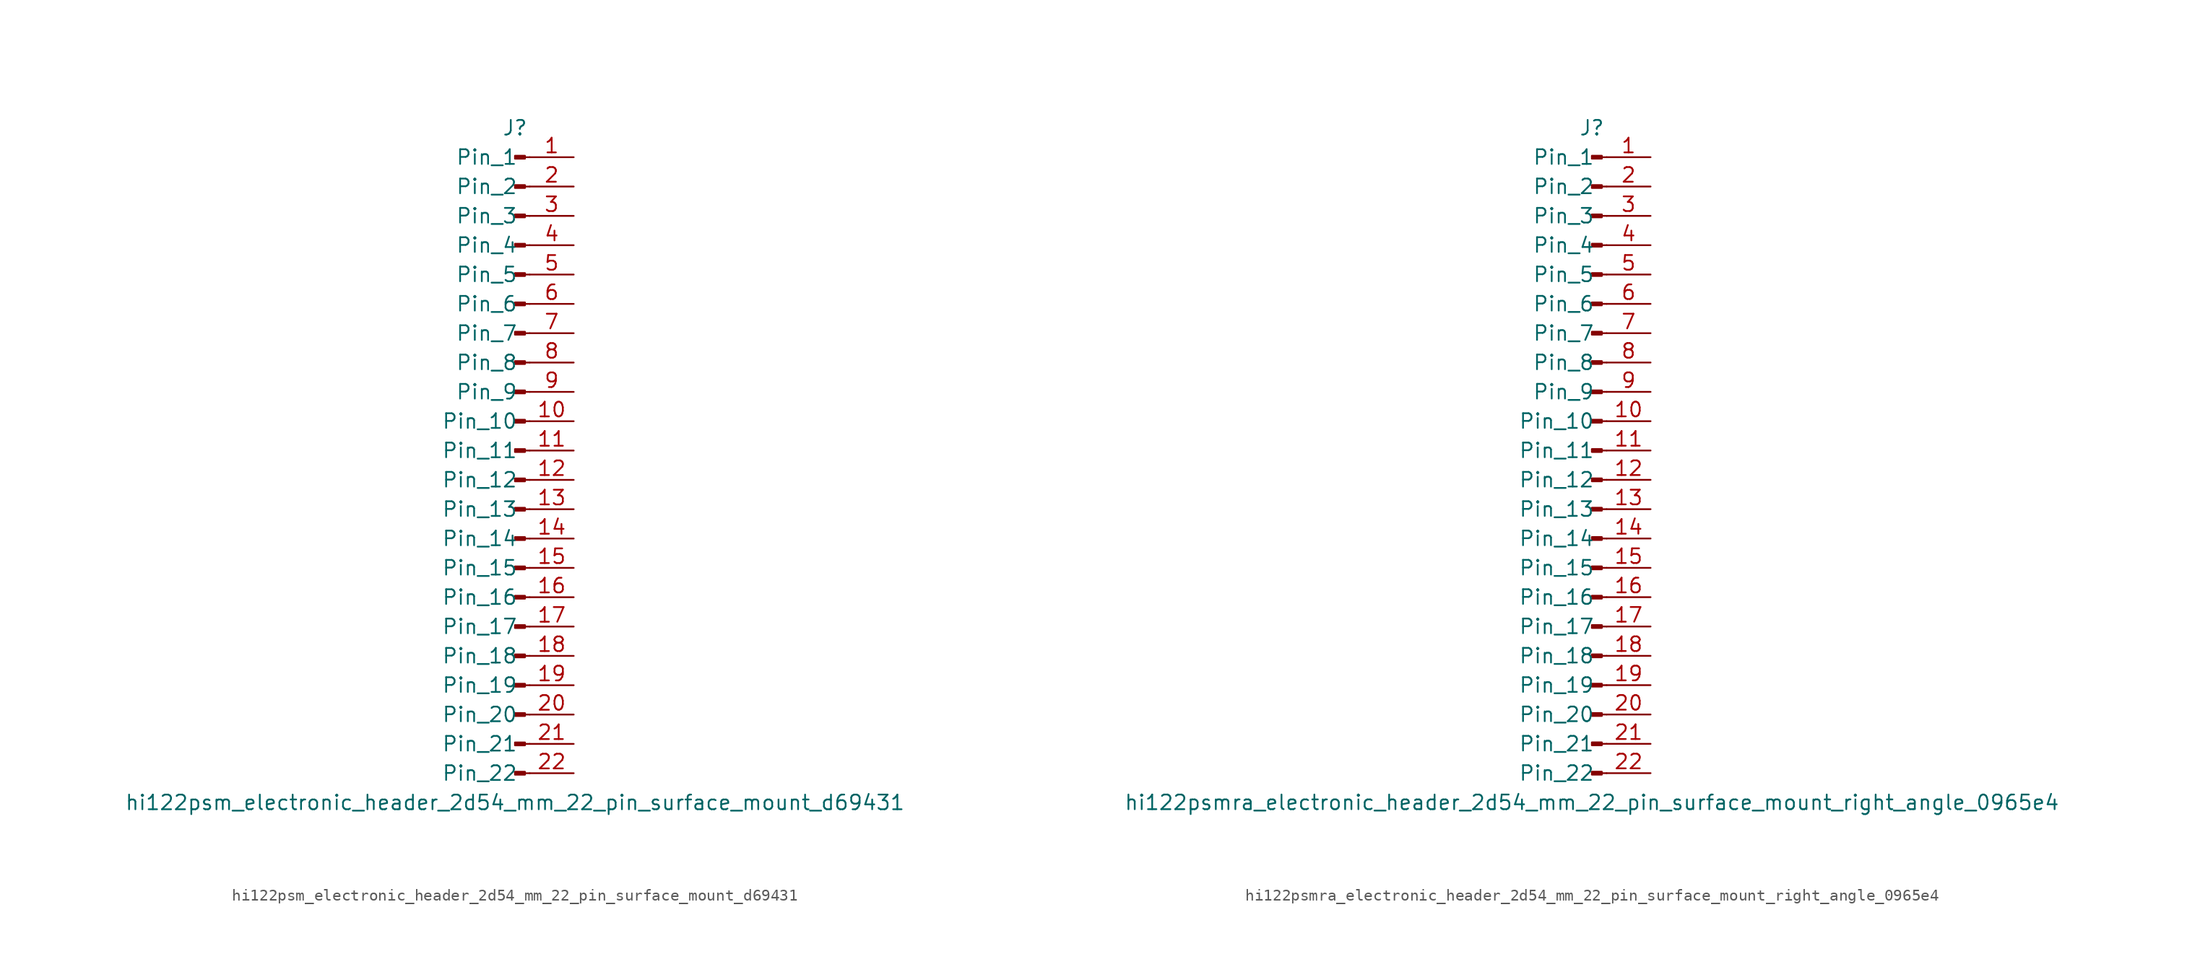
<source format=kicad_sym>
(kicad_symbol_lib
  (version 20220914)
  (generator kicad_symbol_editor)
  (symbol "hi122psm_electronic_header_2d54_mm_22_pin_surface_mount_d69431"
    (pin_names
      (offset 1.016))
    (property "Reference" "J"
      (at 0 27.94 0)
      (effects (font (size 1.27 1.27))))
    (property "Value" "hi122psm_electronic_header_2d54_mm_22_pin_surface_mount_d69431"
      (at 0 -30.48 0)
      (effects (font (size 1.27 1.27))))
    (property "ki_locked" ""
      (at 0 0 0)
      (effects (font (size 1.27 1.27))))
    (symbol "hi122psm_electronic_header_2d54_mm_22_pin_surface_mount_d69431_1_1"
      (polyline (pts (xy 1.27 -27.94) (xy 0.864 -27.94)) (stroke (width 0.152) (type default)) (fill (type none)))
      (polyline (pts (xy 1.27 -25.4) (xy 0.864 -25.4)) (stroke (width 0.152) (type default)) (fill (type none)))
      (polyline (pts (xy 1.27 -22.86) (xy 0.864 -22.86)) (stroke (width 0.152) (type default)) (fill (type none)))
      (polyline (pts (xy 1.27 -20.32) (xy 0.864 -20.32)) (stroke (width 0.152) (type default)) (fill (type none)))
      (polyline (pts (xy 1.27 -17.78) (xy 0.864 -17.78)) (stroke (width 0.152) (type default)) (fill (type none)))
      (polyline (pts (xy 1.27 -15.24) (xy 0.864 -15.24)) (stroke (width 0.152) (type default)) (fill (type none)))
      (polyline (pts (xy 1.27 -12.7) (xy 0.864 -12.7)) (stroke (width 0.152) (type default)) (fill (type none)))
      (polyline (pts (xy 1.27 -10.16) (xy 0.864 -10.16)) (stroke (width 0.152) (type default)) (fill (type none)))
      (polyline (pts (xy 1.27 -7.62) (xy 0.864 -7.62)) (stroke (width 0.152) (type default)) (fill (type none)))
      (polyline (pts (xy 1.27 -5.08) (xy 0.864 -5.08)) (stroke (width 0.152) (type default)) (fill (type none)))
      (polyline (pts (xy 1.27 -2.54) (xy 0.864 -2.54)) (stroke (width 0.152) (type default)) (fill (type none)))
      (polyline (pts (xy 1.27 0) (xy 0.864 0)) (stroke (width 0.152) (type default)) (fill (type none)))
      (polyline (pts (xy 1.27 2.54) (xy 0.864 2.54)) (stroke (width 0.152) (type default)) (fill (type none)))
      (polyline (pts (xy 1.27 5.08) (xy 0.864 5.08)) (stroke (width 0.152) (type default)) (fill (type none)))
      (polyline (pts (xy 1.27 7.62) (xy 0.864 7.62)) (stroke (width 0.152) (type default)) (fill (type none)))
      (polyline (pts (xy 1.27 10.16) (xy 0.864 10.16)) (stroke (width 0.152) (type default)) (fill (type none)))
      (polyline (pts (xy 1.27 12.7) (xy 0.864 12.7)) (stroke (width 0.152) (type default)) (fill (type none)))
      (polyline (pts (xy 1.27 15.24) (xy 0.864 15.24)) (stroke (width 0.152) (type default)) (fill (type none)))
      (polyline (pts (xy 1.27 17.78) (xy 0.864 17.78)) (stroke (width 0.152) (type default)) (fill (type none)))
      (polyline (pts (xy 1.27 20.32) (xy 0.864 20.32)) (stroke (width 0.152) (type default)) (fill (type none)))
      (polyline (pts (xy 1.27 22.86) (xy 0.864 22.86)) (stroke (width 0.152) (type default)) (fill (type none)))
      (polyline (pts (xy 1.27 25.4) (xy 0.864 25.4)) (stroke (width 0.152) (type default)) (fill (type none)))
      (rectangle (start 0.864 -27.813) (end 0 -28.067) (stroke (width 0.152) (type default)) (fill (type outline)))
      (rectangle (start 0.864 -25.273) (end 0 -25.527) (stroke (width 0.152) (type default)) (fill (type outline)))
      (rectangle (start 0.864 -22.733) (end 0 -22.987) (stroke (width 0.152) (type default)) (fill (type outline)))
      (rectangle (start 0.864 -20.193) (end 0 -20.447) (stroke (width 0.152) (type default)) (fill (type outline)))
      (rectangle (start 0.864 -17.653) (end 0 -17.907) (stroke (width 0.152) (type default)) (fill (type outline)))
      (rectangle (start 0.864 -15.113) (end 0 -15.367) (stroke (width 0.152) (type default)) (fill (type outline)))
      (rectangle (start 0.864 -12.573) (end 0 -12.827) (stroke (width 0.152) (type default)) (fill (type outline)))
      (rectangle (start 0.864 -10.033) (end 0 -10.287) (stroke (width 0.152) (type default)) (fill (type outline)))
      (rectangle (start 0.864 -7.493) (end 0 -7.747) (stroke (width 0.152) (type default)) (fill (type outline)))
      (rectangle (start 0.864 -4.953) (end 0 -5.207) (stroke (width 0.152) (type default)) (fill (type outline)))
      (rectangle (start 0.864 -2.413) (end 0 -2.667) (stroke (width 0.152) (type default)) (fill (type outline)))
      (rectangle (start 0.864 0.127) (end 0 -0.127) (stroke (width 0.152) (type default)) (fill (type outline)))
      (rectangle (start 0.864 2.667) (end 0 2.413) (stroke (width 0.152) (type default)) (fill (type outline)))
      (rectangle (start 0.864 5.207) (end 0 4.953) (stroke (width 0.152) (type default)) (fill (type outline)))
      (rectangle (start 0.864 7.747) (end 0 7.493) (stroke (width 0.152) (type default)) (fill (type outline)))
      (rectangle (start 0.864 10.287) (end 0 10.033) (stroke (width 0.152) (type default)) (fill (type outline)))
      (rectangle (start 0.864 12.827) (end 0 12.573) (stroke (width 0.152) (type default)) (fill (type outline)))
      (rectangle (start 0.864 15.367) (end 0 15.113) (stroke (width 0.152) (type default)) (fill (type outline)))
      (rectangle (start 0.864 17.907) (end 0 17.653) (stroke (width 0.152) (type default)) (fill (type outline)))
      (rectangle (start 0.864 20.447) (end 0 20.193) (stroke (width 0.152) (type default)) (fill (type outline)))
      (rectangle (start 0.864 22.987) (end 0 22.733) (stroke (width 0.152) (type default)) (fill (type outline)))
      (rectangle (start 0.864 25.527) (end 0 25.273) (stroke (width 0.152) (type default)) (fill (type outline)))
      (pin passive line (at 5.08 25.4 180) (length 3.81) (name "Pin_1" (effects (font (size 1.27 1.27)))) (number "1" (effects (font (size 1.27 1.27)))))
      (pin passive line (at 5.08 2.54 180) (length 3.81) (name "Pin_10" (effects (font (size 1.27 1.27)))) (number "10" (effects (font (size 1.27 1.27)))))
      (pin passive line (at 5.08 0 180) (length 3.81) (name "Pin_11" (effects (font (size 1.27 1.27)))) (number "11" (effects (font (size 1.27 1.27)))))
      (pin passive line (at 5.08 -2.54 180) (length 3.81) (name "Pin_12" (effects (font (size 1.27 1.27)))) (number "12" (effects (font (size 1.27 1.27)))))
      (pin passive line (at 5.08 -5.08 180) (length 3.81) (name "Pin_13" (effects (font (size 1.27 1.27)))) (number "13" (effects (font (size 1.27 1.27)))))
      (pin passive line (at 5.08 -7.62 180) (length 3.81) (name "Pin_14" (effects (font (size 1.27 1.27)))) (number "14" (effects (font (size 1.27 1.27)))))
      (pin passive line (at 5.08 -10.16 180) (length 3.81) (name "Pin_15" (effects (font (size 1.27 1.27)))) (number "15" (effects (font (size 1.27 1.27)))))
      (pin passive line (at 5.08 -12.7 180) (length 3.81) (name "Pin_16" (effects (font (size 1.27 1.27)))) (number "16" (effects (font (size 1.27 1.27)))))
      (pin passive line (at 5.08 -15.24 180) (length 3.81) (name "Pin_17" (effects (font (size 1.27 1.27)))) (number "17" (effects (font (size 1.27 1.27)))))
      (pin passive line (at 5.08 -17.78 180) (length 3.81) (name "Pin_18" (effects (font (size 1.27 1.27)))) (number "18" (effects (font (size 1.27 1.27)))))
      (pin passive line (at 5.08 -20.32 180) (length 3.81) (name "Pin_19" (effects (font (size 1.27 1.27)))) (number "19" (effects (font (size 1.27 1.27)))))
      (pin passive line (at 5.08 22.86 180) (length 3.81) (name "Pin_2" (effects (font (size 1.27 1.27)))) (number "2" (effects (font (size 1.27 1.27)))))
      (pin passive line (at 5.08 -22.86 180) (length 3.81) (name "Pin_20" (effects (font (size 1.27 1.27)))) (number "20" (effects (font (size 1.27 1.27)))))
      (pin passive line (at 5.08 -25.4 180) (length 3.81) (name "Pin_21" (effects (font (size 1.27 1.27)))) (number "21" (effects (font (size 1.27 1.27)))))
      (pin passive line (at 5.08 -27.94 180) (length 3.81) (name "Pin_22" (effects (font (size 1.27 1.27)))) (number "22" (effects (font (size 1.27 1.27)))))
      (pin passive line (at 5.08 20.32 180) (length 3.81) (name "Pin_3" (effects (font (size 1.27 1.27)))) (number "3" (effects (font (size 1.27 1.27)))))
      (pin passive line (at 5.08 17.78 180) (length 3.81) (name "Pin_4" (effects (font (size 1.27 1.27)))) (number "4" (effects (font (size 1.27 1.27)))))
      (pin passive line (at 5.08 15.24 180) (length 3.81) (name "Pin_5" (effects (font (size 1.27 1.27)))) (number "5" (effects (font (size 1.27 1.27)))))
      (pin passive line (at 5.08 12.7 180) (length 3.81) (name "Pin_6" (effects (font (size 1.27 1.27)))) (number "6" (effects (font (size 1.27 1.27)))))
      (pin passive line (at 5.08 10.16 180) (length 3.81) (name "Pin_7" (effects (font (size 1.27 1.27)))) (number "7" (effects (font (size 1.27 1.27)))))
      (pin passive line (at 5.08 7.62 180) (length 3.81) (name "Pin_8" (effects (font (size 1.27 1.27)))) (number "8" (effects (font (size 1.27 1.27)))))
      (pin passive line (at 5.08 5.08 180) (length 3.81) (name "Pin_9" (effects (font (size 1.27 1.27)))) (number "9" (effects (font (size 1.27 1.27)))))))
  (symbol "hi122psmra_electronic_header_2d54_mm_22_pin_surface_mount_right_angle_0965e4"
    (pin_names
      (offset 1.016))
    (property "Reference" "J"
      (at 0 27.94 0)
      (effects (font (size 1.27 1.27))))
    (property "Value" "hi122psmra_electronic_header_2d54_mm_22_pin_surface_mount_right_angle_0965e4"
      (at 0 -30.48 0)
      (effects (font (size 1.27 1.27))))
    (property "ki_locked" ""
      (at 0 0 0)
      (effects (font (size 1.27 1.27))))
    (symbol "hi122psmra_electronic_header_2d54_mm_22_pin_surface_mount_right_angle_0965e4_1_1"
      (polyline (pts (xy 1.27 -27.94) (xy 0.864 -27.94)) (stroke (width 0.152) (type default)) (fill (type none)))
      (polyline (pts (xy 1.27 -25.4) (xy 0.864 -25.4)) (stroke (width 0.152) (type default)) (fill (type none)))
      (polyline (pts (xy 1.27 -22.86) (xy 0.864 -22.86)) (stroke (width 0.152) (type default)) (fill (type none)))
      (polyline (pts (xy 1.27 -20.32) (xy 0.864 -20.32)) (stroke (width 0.152) (type default)) (fill (type none)))
      (polyline (pts (xy 1.27 -17.78) (xy 0.864 -17.78)) (stroke (width 0.152) (type default)) (fill (type none)))
      (polyline (pts (xy 1.27 -15.24) (xy 0.864 -15.24)) (stroke (width 0.152) (type default)) (fill (type none)))
      (polyline (pts (xy 1.27 -12.7) (xy 0.864 -12.7)) (stroke (width 0.152) (type default)) (fill (type none)))
      (polyline (pts (xy 1.27 -10.16) (xy 0.864 -10.16)) (stroke (width 0.152) (type default)) (fill (type none)))
      (polyline (pts (xy 1.27 -7.62) (xy 0.864 -7.62)) (stroke (width 0.152) (type default)) (fill (type none)))
      (polyline (pts (xy 1.27 -5.08) (xy 0.864 -5.08)) (stroke (width 0.152) (type default)) (fill (type none)))
      (polyline (pts (xy 1.27 -2.54) (xy 0.864 -2.54)) (stroke (width 0.152) (type default)) (fill (type none)))
      (polyline (pts (xy 1.27 0) (xy 0.864 0)) (stroke (width 0.152) (type default)) (fill (type none)))
      (polyline (pts (xy 1.27 2.54) (xy 0.864 2.54)) (stroke (width 0.152) (type default)) (fill (type none)))
      (polyline (pts (xy 1.27 5.08) (xy 0.864 5.08)) (stroke (width 0.152) (type default)) (fill (type none)))
      (polyline (pts (xy 1.27 7.62) (xy 0.864 7.62)) (stroke (width 0.152) (type default)) (fill (type none)))
      (polyline (pts (xy 1.27 10.16) (xy 0.864 10.16)) (stroke (width 0.152) (type default)) (fill (type none)))
      (polyline (pts (xy 1.27 12.7) (xy 0.864 12.7)) (stroke (width 0.152) (type default)) (fill (type none)))
      (polyline (pts (xy 1.27 15.24) (xy 0.864 15.24)) (stroke (width 0.152) (type default)) (fill (type none)))
      (polyline (pts (xy 1.27 17.78) (xy 0.864 17.78)) (stroke (width 0.152) (type default)) (fill (type none)))
      (polyline (pts (xy 1.27 20.32) (xy 0.864 20.32)) (stroke (width 0.152) (type default)) (fill (type none)))
      (polyline (pts (xy 1.27 22.86) (xy 0.864 22.86)) (stroke (width 0.152) (type default)) (fill (type none)))
      (polyline (pts (xy 1.27 25.4) (xy 0.864 25.4)) (stroke (width 0.152) (type default)) (fill (type none)))
      (rectangle (start 0.864 -27.813) (end 0 -28.067) (stroke (width 0.152) (type default)) (fill (type outline)))
      (rectangle (start 0.864 -25.273) (end 0 -25.527) (stroke (width 0.152) (type default)) (fill (type outline)))
      (rectangle (start 0.864 -22.733) (end 0 -22.987) (stroke (width 0.152) (type default)) (fill (type outline)))
      (rectangle (start 0.864 -20.193) (end 0 -20.447) (stroke (width 0.152) (type default)) (fill (type outline)))
      (rectangle (start 0.864 -17.653) (end 0 -17.907) (stroke (width 0.152) (type default)) (fill (type outline)))
      (rectangle (start 0.864 -15.113) (end 0 -15.367) (stroke (width 0.152) (type default)) (fill (type outline)))
      (rectangle (start 0.864 -12.573) (end 0 -12.827) (stroke (width 0.152) (type default)) (fill (type outline)))
      (rectangle (start 0.864 -10.033) (end 0 -10.287) (stroke (width 0.152) (type default)) (fill (type outline)))
      (rectangle (start 0.864 -7.493) (end 0 -7.747) (stroke (width 0.152) (type default)) (fill (type outline)))
      (rectangle (start 0.864 -4.953) (end 0 -5.207) (stroke (width 0.152) (type default)) (fill (type outline)))
      (rectangle (start 0.864 -2.413) (end 0 -2.667) (stroke (width 0.152) (type default)) (fill (type outline)))
      (rectangle (start 0.864 0.127) (end 0 -0.127) (stroke (width 0.152) (type default)) (fill (type outline)))
      (rectangle (start 0.864 2.667) (end 0 2.413) (stroke (width 0.152) (type default)) (fill (type outline)))
      (rectangle (start 0.864 5.207) (end 0 4.953) (stroke (width 0.152) (type default)) (fill (type outline)))
      (rectangle (start 0.864 7.747) (end 0 7.493) (stroke (width 0.152) (type default)) (fill (type outline)))
      (rectangle (start 0.864 10.287) (end 0 10.033) (stroke (width 0.152) (type default)) (fill (type outline)))
      (rectangle (start 0.864 12.827) (end 0 12.573) (stroke (width 0.152) (type default)) (fill (type outline)))
      (rectangle (start 0.864 15.367) (end 0 15.113) (stroke (width 0.152) (type default)) (fill (type outline)))
      (rectangle (start 0.864 17.907) (end 0 17.653) (stroke (width 0.152) (type default)) (fill (type outline)))
      (rectangle (start 0.864 20.447) (end 0 20.193) (stroke (width 0.152) (type default)) (fill (type outline)))
      (rectangle (start 0.864 22.987) (end 0 22.733) (stroke (width 0.152) (type default)) (fill (type outline)))
      (rectangle (start 0.864 25.527) (end 0 25.273) (stroke (width 0.152) (type default)) (fill (type outline)))
      (pin passive line (at 5.08 25.4 180) (length 3.81) (name "Pin_1" (effects (font (size 1.27 1.27)))) (number "1" (effects (font (size 1.27 1.27)))))
      (pin passive line (at 5.08 2.54 180) (length 3.81) (name "Pin_10" (effects (font (size 1.27 1.27)))) (number "10" (effects (font (size 1.27 1.27)))))
      (pin passive line (at 5.08 0 180) (length 3.81) (name "Pin_11" (effects (font (size 1.27 1.27)))) (number "11" (effects (font (size 1.27 1.27)))))
      (pin passive line (at 5.08 -2.54 180) (length 3.81) (name "Pin_12" (effects (font (size 1.27 1.27)))) (number "12" (effects (font (size 1.27 1.27)))))
      (pin passive line (at 5.08 -5.08 180) (length 3.81) (name "Pin_13" (effects (font (size 1.27 1.27)))) (number "13" (effects (font (size 1.27 1.27)))))
      (pin passive line (at 5.08 -7.62 180) (length 3.81) (name "Pin_14" (effects (font (size 1.27 1.27)))) (number "14" (effects (font (size 1.27 1.27)))))
      (pin passive line (at 5.08 -10.16 180) (length 3.81) (name "Pin_15" (effects (font (size 1.27 1.27)))) (number "15" (effects (font (size 1.27 1.27)))))
      (pin passive line (at 5.08 -12.7 180) (length 3.81) (name "Pin_16" (effects (font (size 1.27 1.27)))) (number "16" (effects (font (size 1.27 1.27)))))
      (pin passive line (at 5.08 -15.24 180) (length 3.81) (name "Pin_17" (effects (font (size 1.27 1.27)))) (number "17" (effects (font (size 1.27 1.27)))))
      (pin passive line (at 5.08 -17.78 180) (length 3.81) (name "Pin_18" (effects (font (size 1.27 1.27)))) (number "18" (effects (font (size 1.27 1.27)))))
      (pin passive line (at 5.08 -20.32 180) (length 3.81) (name "Pin_19" (effects (font (size 1.27 1.27)))) (number "19" (effects (font (size 1.27 1.27)))))
      (pin passive line (at 5.08 22.86 180) (length 3.81) (name "Pin_2" (effects (font (size 1.27 1.27)))) (number "2" (effects (font (size 1.27 1.27)))))
      (pin passive line (at 5.08 -22.86 180) (length 3.81) (name "Pin_20" (effects (font (size 1.27 1.27)))) (number "20" (effects (font (size 1.27 1.27)))))
      (pin passive line (at 5.08 -25.4 180) (length 3.81) (name "Pin_21" (effects (font (size 1.27 1.27)))) (number "21" (effects (font (size 1.27 1.27)))))
      (pin passive line (at 5.08 -27.94 180) (length 3.81) (name "Pin_22" (effects (font (size 1.27 1.27)))) (number "22" (effects (font (size 1.27 1.27)))))
      (pin passive line (at 5.08 20.32 180) (length 3.81) (name "Pin_3" (effects (font (size 1.27 1.27)))) (number "3" (effects (font (size 1.27 1.27)))))
      (pin passive line (at 5.08 17.78 180) (length 3.81) (name "Pin_4" (effects (font (size 1.27 1.27)))) (number "4" (effects (font (size 1.27 1.27)))))
      (pin passive line (at 5.08 15.24 180) (length 3.81) (name "Pin_5" (effects (font (size 1.27 1.27)))) (number "5" (effects (font (size 1.27 1.27)))))
      (pin passive line (at 5.08 12.7 180) (length 3.81) (name "Pin_6" (effects (font (size 1.27 1.27)))) (number "6" (effects (font (size 1.27 1.27)))))
      (pin passive line (at 5.08 10.16 180) (length 3.81) (name "Pin_7" (effects (font (size 1.27 1.27)))) (number "7" (effects (font (size 1.27 1.27)))))
      (pin passive line (at 5.08 7.62 180) (length 3.81) (name "Pin_8" (effects (font (size 1.27 1.27)))) (number "8" (effects (font (size 1.27 1.27)))))
      (pin passive line (at 5.08 5.08 180) (length 3.81) (name "Pin_9" (effects (font (size 1.27 1.27)))) (number "9" (effects (font (size 1.27 1.27))))))))
</source>
